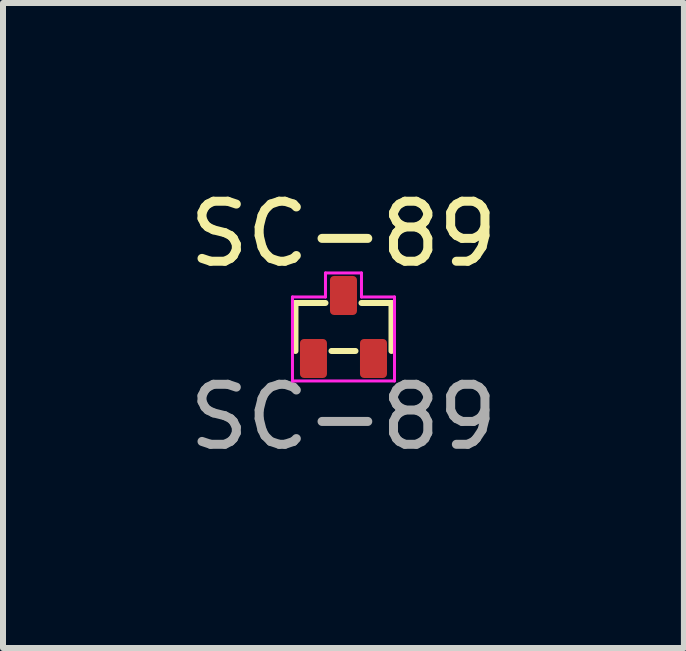
<source format=kicad_pcb>
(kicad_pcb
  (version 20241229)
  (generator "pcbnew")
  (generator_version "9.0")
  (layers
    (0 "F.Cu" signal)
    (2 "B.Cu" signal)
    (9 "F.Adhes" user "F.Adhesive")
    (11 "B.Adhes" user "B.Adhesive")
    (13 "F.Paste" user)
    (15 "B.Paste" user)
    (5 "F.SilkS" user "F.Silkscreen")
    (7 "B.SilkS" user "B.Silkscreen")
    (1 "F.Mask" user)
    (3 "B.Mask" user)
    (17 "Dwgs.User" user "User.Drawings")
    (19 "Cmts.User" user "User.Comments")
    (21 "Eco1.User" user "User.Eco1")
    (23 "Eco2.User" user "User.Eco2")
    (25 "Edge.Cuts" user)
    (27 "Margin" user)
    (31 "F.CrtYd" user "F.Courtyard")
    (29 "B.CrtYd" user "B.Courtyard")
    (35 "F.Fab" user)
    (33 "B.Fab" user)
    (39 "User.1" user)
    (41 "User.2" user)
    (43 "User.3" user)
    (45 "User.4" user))
  (footprint "SC-89"
    (layer "F.Cu")
    (at 2.673 2.398)
    (property "Reference" "SC-89" (at 0 -1.55 0) (unlocked yes) (layer "F.SilkS") (effects (font (size 1 1) (thickness 0.15))))
    (attr smd)
    (fp_line (start -0.8 -0.4) (end -0.8 0.4) (stroke (width 0.1) (type default)) (layer "F.SilkS"))
    (fp_line (start -0.3 -0.4) (end -0.8 -0.4) (stroke (width 0.1) (type default)) (layer "F.SilkS"))
    (fp_line (start -0.2 0.4) (end 0.2 0.4) (stroke (width 0.1) (type default)) (layer "F.SilkS"))
    (fp_line (start 0.8 -0.4) (end 0.3 -0.4) (stroke (width 0.1) (type default)) (layer "F.SilkS"))
    (fp_line (start 0.8 0.4) (end 0.8 -0.4) (stroke (width 0.1) (type default)) (layer "F.SilkS"))
    (fp_line (start -0.85 -0.5) (end -0.85 0.9) (stroke (width 0.05) (type default)) (layer "F.CrtYd"))
    (fp_line (start -0.85 0.9) (end 0.85 0.9) (stroke (width 0.05) (type default)) (layer "F.CrtYd"))
    (fp_line (start -0.3 -0.9) (end -0.3 -0.5) (stroke (width 0.05) (type default)) (layer "F.CrtYd"))
    (fp_line (start -0.3 -0.5) (end -0.85 -0.5) (stroke (width 0.05) (type default)) (layer "F.CrtYd"))
    (fp_line (start 0.3 -0.9) (end -0.3 -0.9) (stroke (width 0.05) (type default)) (layer "F.CrtYd"))
    (fp_line (start 0.3 -0.5) (end 0.3 -0.9) (stroke (width 0.05) (type default)) (layer "F.CrtYd"))
    (fp_line (start 0.85 -0.5) (end 0.3 -0.5) (stroke (width 0.05) (type default)) (layer "F.CrtYd"))
    (fp_line (start 0.85 0.9) (end 0.85 -0.5) (stroke (width 0.05) (type default)) (layer "F.CrtYd"))
    (fp_text user "${REFERENCE}" (at 0 1.5 0) (unlocked yes) (layer "F.Fab") (effects (font (size 1 1) (thickness 0.15))))
    (pad "1" smd roundrect (at -0.5 0.525) (size 0.45 0.65) (layers "F.Cu" "F.Mask" "F.Paste") (roundrect_rratio 0.15))
    (pad "2" smd roundrect (at 0.5 0.525) (size 0.45 0.65) (layers "F.Cu" "F.Mask" "F.Paste") (roundrect_rratio 0.15))
    (pad "3" smd roundrect (at 0 -0.525) (size 0.45 0.65) (layers "F.Cu" "F.Mask" "F.Paste") (roundrect_rratio 0.15)))
  (gr_rect
    (start -3 -3)
    (end 8.345 7.747)
    (stroke (width 0.1) (type default))
    (fill no)
    (layer "Edge.Cuts")))
</source>
